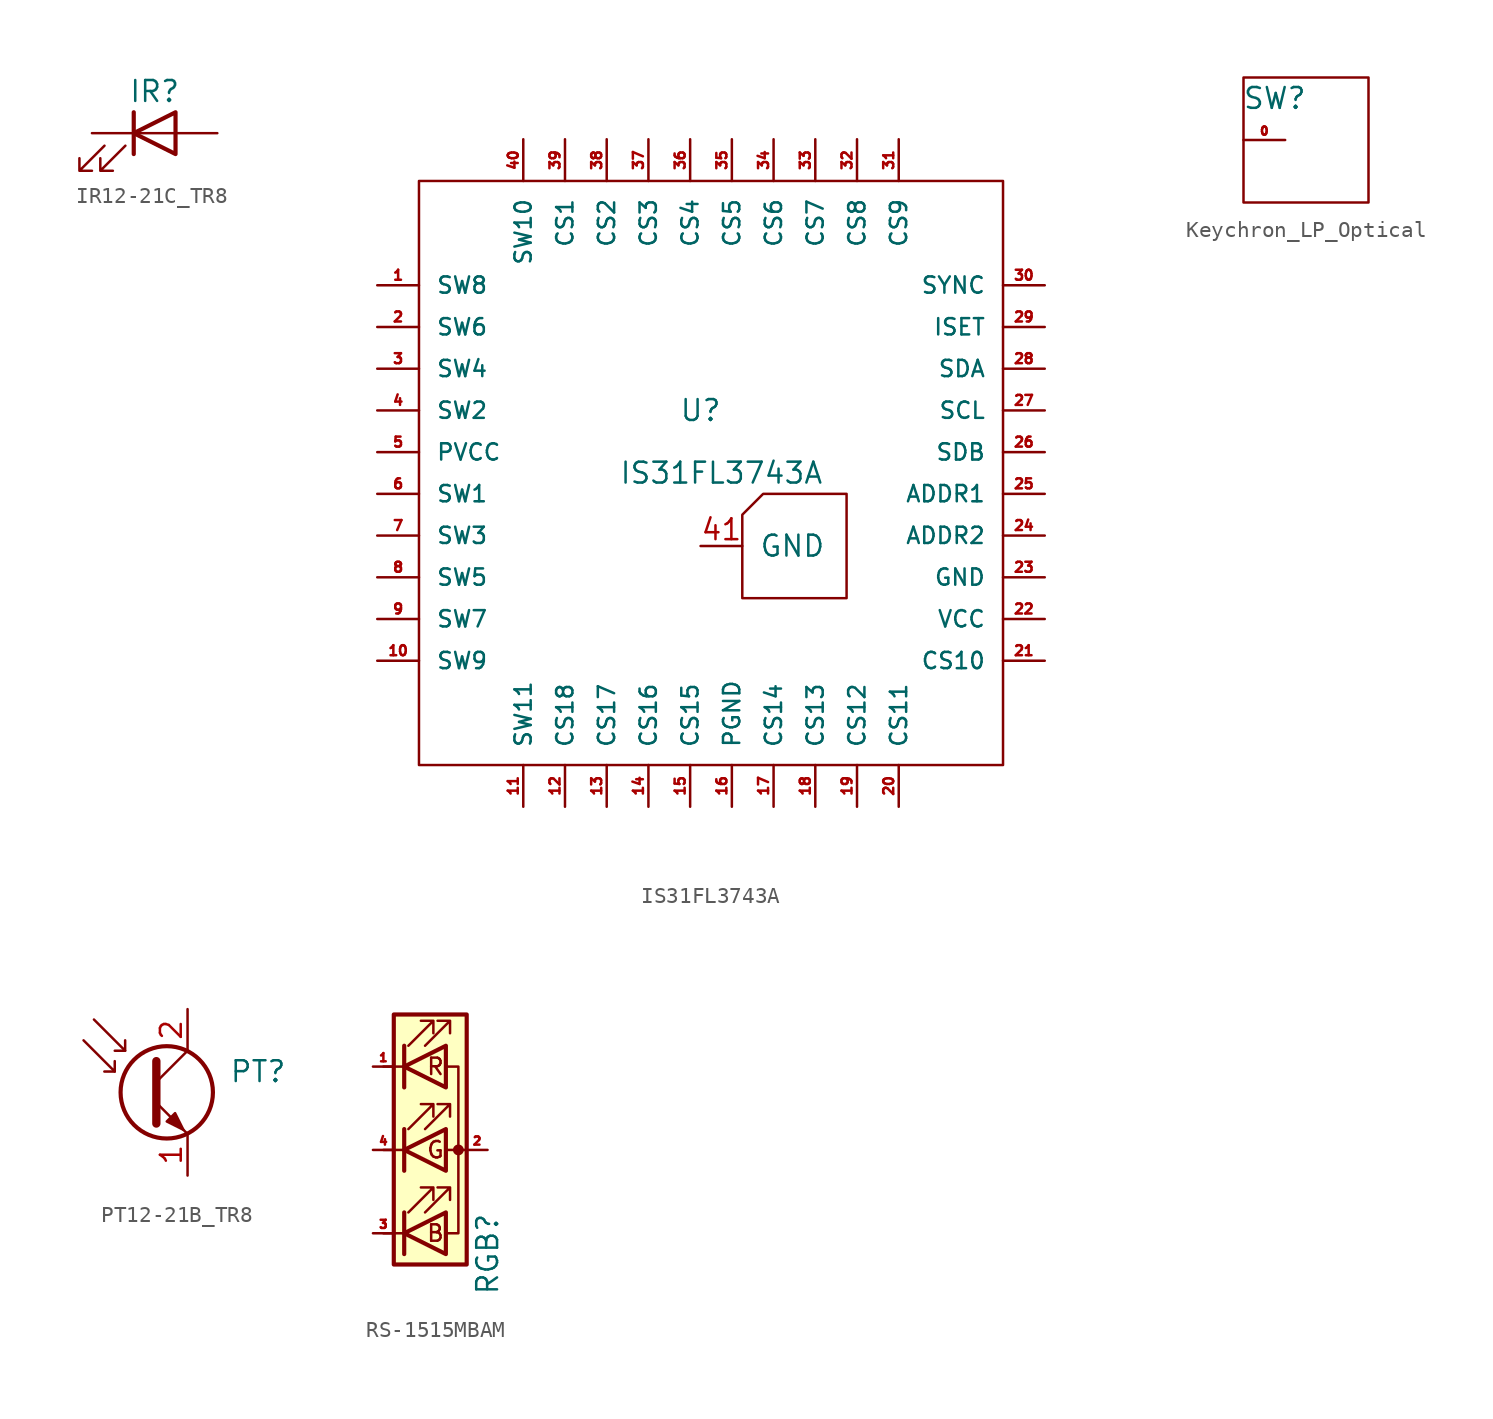
<source format=kicad_sym>
(kicad_symbol_lib
  (version 20211014)
  (generator kicad_symbol_editor)
  (symbol "IR12-21C_TR8"
    (pin_numbers hide)
    (pin_names
      (offset 1.016) hide)
    (property "Reference" "IR"
      (at 0 2.54 0)
      (effects (font (size 1.27 1.27))))
    (symbol "IR12-21C_TR8_0_1"
      (polyline (pts (xy -1.27 -1.27) (xy -1.27 1.27)) (stroke (width 0.254) (type default) (color 0 0 0 0)) (fill (type none)))
      (polyline (pts (xy -1.27 0) (xy 1.27 0)) (stroke (width 0) (type default) (color 0 0 0 0)) (fill (type none)))
      (polyline (pts (xy 1.27 -1.27) (xy 1.27 1.27) (xy -1.27 0) (xy 1.27 -1.27)) (stroke (width 0.254) (type default) (color 0 0 0 0)) (fill (type none)))
      (polyline (pts (xy -3.048 -0.762) (xy -4.572 -2.286) (xy -3.81 -2.286) (xy -4.572 -2.286) (xy -4.572 -1.524)) (stroke (width 0) (type default) (color 0 0 0 0)) (fill (type none)))
      (polyline (pts (xy -1.778 -0.762) (xy -3.302 -2.286) (xy -2.54 -2.286) (xy -3.302 -2.286) (xy -3.302 -1.524)) (stroke (width 0) (type default) (color 0 0 0 0)) (fill (type none))))
    (symbol "IR12-21C_TR8_1_1"
      (pin passive line (at 3.81 0 180) (length 2.54) (name "A" (effects (font (size 1.27 1.27)))) (number "1" (effects (font (size 1.27 1.27)))))
      (pin passive line (at -3.81 0 0) (length 2.54) (name "K" (effects (font (size 1.27 1.27)))) (number "2" (effects (font (size 1.27 1.27)))))))
  (symbol "IS31FL3743A"
    (pin_names
      (offset 1.016))
    (property "Reference" "U"
      (at -0.635 3.81 0)
      (effects (font (size 1.27 1.27))))
    (property "Value" "IS31FL3743A"
      (at 0.635 0 0)
      (effects (font (size 1.27 1.27))))
    (symbol "IS31FL3743A_0_1"
      (rectangle (start -17.78 17.78) (end 17.78 -17.78) (stroke (width 0) (type default) (color 0 0 0 0)) (fill (type none))))
    (symbol "IS31FL3743A_1_1"
      (polyline (pts (xy 3.175 -1.27) (xy 8.255 -1.27) (xy 8.255 -7.62) (xy 1.905 -7.62) (xy 1.905 -2.54) (xy 3.175 -1.27)) (stroke (width 0) (type default) (color 0 0 0 0)) (fill (type none)))
      (pin output line (at -20.32 11.43 0) (length 2.54) (name "SW8" (effects (font (size 0.991 0.991)))) (number "1" (effects (font (size 0.61 0.61)))))
      (pin output line (at -20.32 -11.43 0) (length 2.54) (name "SW9" (effects (font (size 0.991 0.991)))) (number "10" (effects (font (size 0.61 0.61)))))
      (pin output line (at -11.43 -20.32 90) (length 2.54) (name "SW11" (effects (font (size 0.991 0.991)))) (number "11" (effects (font (size 0.61 0.61)))))
      (pin input line (at -8.89 -20.32 90) (length 2.54) (name "CS18" (effects (font (size 0.991 0.991)))) (number "12" (effects (font (size 0.61 0.61)))))
      (pin input line (at -6.35 -20.32 90) (length 2.54) (name "CS17" (effects (font (size 0.991 0.991)))) (number "13" (effects (font (size 0.61 0.61)))))
      (pin input line (at -3.81 -20.32 90) (length 2.54) (name "CS16" (effects (font (size 0.991 0.991)))) (number "14" (effects (font (size 0.61 0.61)))))
      (pin input line (at -1.27 -20.32 90) (length 2.54) (name "CS15" (effects (font (size 0.991 0.991)))) (number "15" (effects (font (size 0.61 0.61)))))
      (pin power_in line (at 1.27 -20.32 90) (length 2.54) (name "PGND" (effects (font (size 0.991 0.991)))) (number "16" (effects (font (size 0.61 0.61)))))
      (pin input line (at 3.81 -20.32 90) (length 2.54) (name "CS14" (effects (font (size 0.991 0.991)))) (number "17" (effects (font (size 0.61 0.61)))))
      (pin input line (at 6.35 -20.32 90) (length 2.54) (name "CS13" (effects (font (size 0.991 0.991)))) (number "18" (effects (font (size 0.61 0.61)))))
      (pin input line (at 8.89 -20.32 90) (length 2.54) (name "CS12" (effects (font (size 0.991 0.991)))) (number "19" (effects (font (size 0.61 0.61)))))
      (pin output line (at -20.32 8.89 0) (length 2.54) (name "SW6" (effects (font (size 0.991 0.991)))) (number "2" (effects (font (size 0.61 0.61)))))
      (pin input line (at 11.43 -20.32 90) (length 2.54) (name "CS11" (effects (font (size 0.991 0.991)))) (number "20" (effects (font (size 0.61 0.61)))))
      (pin input line (at 20.32 -11.43 180) (length 2.54) (name "CS10" (effects (font (size 0.991 0.991)))) (number "21" (effects (font (size 0.61 0.61)))))
      (pin power_in line (at 20.32 -8.89 180) (length 2.54) (name "VCC" (effects (font (size 0.991 0.991)))) (number "22" (effects (font (size 0.61 0.61)))))
      (pin power_in line (at 20.32 -6.35 180) (length 2.54) (name "GND" (effects (font (size 0.991 0.991)))) (number "23" (effects (font (size 0.61 0.61)))))
      (pin input line (at 20.32 -3.81 180) (length 2.54) (name "ADDR2" (effects (font (size 0.991 0.991)))) (number "24" (effects (font (size 0.61 0.61)))))
      (pin input line (at 20.32 -1.27 180) (length 2.54) (name "ADDR1" (effects (font (size 0.991 0.991)))) (number "25" (effects (font (size 0.61 0.61)))))
      (pin input line (at 20.32 1.27 180) (length 2.54) (name "SDB" (effects (font (size 0.991 0.991)))) (number "26" (effects (font (size 0.61 0.61)))))
      (pin bidirectional line (at 20.32 3.81 180) (length 2.54) (name "SCL" (effects (font (size 0.991 0.991)))) (number "27" (effects (font (size 0.61 0.61)))))
      (pin bidirectional line (at 20.32 6.35 180) (length 2.54) (name "SDA" (effects (font (size 0.991 0.991)))) (number "28" (effects (font (size 0.61 0.61)))))
      (pin input line (at 20.32 8.89 180) (length 2.54) (name "ISET" (effects (font (size 0.991 0.991)))) (number "29" (effects (font (size 0.61 0.61)))))
      (pin output line (at -20.32 6.35 0) (length 2.54) (name "SW4" (effects (font (size 0.991 0.991)))) (number "3" (effects (font (size 0.61 0.61)))))
      (pin input line (at 20.32 11.43 180) (length 2.54) (name "SYNC" (effects (font (size 0.991 0.991)))) (number "30" (effects (font (size 0.61 0.61)))))
      (pin input line (at 11.43 20.32 270) (length 2.54) (name "CS9" (effects (font (size 0.991 0.991)))) (number "31" (effects (font (size 0.61 0.61)))))
      (pin input line (at 8.89 20.32 270) (length 2.54) (name "CS8" (effects (font (size 0.991 0.991)))) (number "32" (effects (font (size 0.61 0.61)))))
      (pin input line (at 6.35 20.32 270) (length 2.54) (name "CS7" (effects (font (size 0.991 0.991)))) (number "33" (effects (font (size 0.61 0.61)))))
      (pin input line (at 3.81 20.32 270) (length 2.54) (name "CS6" (effects (font (size 0.991 0.991)))) (number "34" (effects (font (size 0.61 0.61)))))
      (pin input line (at 1.27 20.32 270) (length 2.54) (name "CS5" (effects (font (size 0.991 0.991)))) (number "35" (effects (font (size 0.61 0.61)))))
      (pin input line (at -1.27 20.32 270) (length 2.54) (name "CS4" (effects (font (size 0.991 0.991)))) (number "36" (effects (font (size 0.61 0.61)))))
      (pin input line (at -3.81 20.32 270) (length 2.54) (name "CS3" (effects (font (size 0.991 0.991)))) (number "37" (effects (font (size 0.61 0.61)))))
      (pin input line (at -6.35 20.32 270) (length 2.54) (name "CS2" (effects (font (size 0.991 0.991)))) (number "38" (effects (font (size 0.61 0.61)))))
      (pin input line (at -8.89 20.32 270) (length 2.54) (name "CS1" (effects (font (size 0.991 0.991)))) (number "39" (effects (font (size 0.61 0.61)))))
      (pin output line (at -20.32 3.81 0) (length 2.54) (name "SW2" (effects (font (size 0.991 0.991)))) (number "4" (effects (font (size 0.61 0.61)))))
      (pin output line (at -11.43 20.32 270) (length 2.54) (name "SW10" (effects (font (size 0.991 0.991)))) (number "40" (effects (font (size 0.61 0.61)))))
      (pin power_in line (at -0.635 -4.445 0) (length 2.54) (name "GND" (effects (font (size 1.27 1.27)))) (number "41" (effects (font (size 1.27 1.27)))))
      (pin power_in line (at -20.32 1.27 0) (length 2.54) (name "PVCC" (effects (font (size 0.991 0.991)))) (number "5" (effects (font (size 0.61 0.61)))))
      (pin output line (at -20.32 -1.27 0) (length 2.54) (name "SW1" (effects (font (size 0.991 0.991)))) (number "6" (effects (font (size 0.61 0.61)))))
      (pin output line (at -20.32 -3.81 0) (length 2.54) (name "SW3" (effects (font (size 0.991 0.991)))) (number "7" (effects (font (size 0.61 0.61)))))
      (pin output line (at -20.32 -6.35 0) (length 2.54) (name "SW5" (effects (font (size 0.991 0.991)))) (number "8" (effects (font (size 0.61 0.61)))))
      (pin output line (at -20.32 -8.89 0) (length 2.54) (name "SW7" (effects (font (size 0.991 0.991)))) (number "9" (effects (font (size 0.61 0.61)))))))
  (symbol "Keychron_LP_Optical"
    (pin_names hide)
    (property "Reference" "SW"
      (at -1.905 2.54 0)
      (effects (font (size 1.27 1.27))))
    (symbol "Keychron_LP_Optical_0_1"
      (rectangle (start -3.81 -3.81) (end 3.81 3.81) (stroke (width 0) (type default) (color 0 0 0 0)) (fill (type none))))
    (symbol "Keychron_LP_Optical_1_1"
      (pin passive line (at -1.27 0 180) (length 2.54) (name "Gnd" (effects (font (size 1.27 1.27)))) (number "0" (effects (font (size 0.5 0.5)))))))
  (symbol "PT12-21B_TR8"
    (pin_names
      (offset 0) hide)
    (property "Reference" "PT"
      (at 5.08 1.27 0)
      (effects (font (size 1.27 1.27)) (justify left)))
    (symbol "PT12-21B_TR8_0_1"
      (polyline (pts (xy -1.905 1.27) (xy -2.54 1.27)) (stroke (width 0) (type default) (color 0 0 0 0)) (fill (type none)))
      (polyline (pts (xy -1.27 2.54) (xy -1.905 2.54)) (stroke (width 0) (type default) (color 0 0 0 0)) (fill (type none)))
      (polyline (pts (xy 0.635 0.635) (xy 2.54 2.54)) (stroke (width 0) (type default) (color 0 0 0 0)) (fill (type none)))
      (polyline (pts (xy -3.81 3.175) (xy -1.905 1.27) (xy -1.905 1.905)) (stroke (width 0) (type default) (color 0 0 0 0)) (fill (type none)))
      (polyline (pts (xy -3.175 4.445) (xy -1.27 2.54) (xy -1.27 3.175)) (stroke (width 0) (type default) (color 0 0 0 0)) (fill (type none)))
      (polyline (pts (xy 0.635 -0.635) (xy 2.54 -2.54) (xy 2.54 -2.54)) (stroke (width 0) (type default) (color 0 0 0 0)) (fill (type none)))
      (polyline (pts (xy 0.635 1.905) (xy 0.635 -1.905) (xy 0.635 -1.905)) (stroke (width 0.508) (type default) (color 0 0 0 0)) (fill (type none)))
      (polyline (pts (xy 1.27 -1.778) (xy 1.778 -1.27) (xy 2.286 -2.286) (xy 1.27 -1.778) (xy 1.27 -1.778)) (stroke (width 0) (type default) (color 0 0 0 0)) (fill (type outline)))
      (circle (center 1.27 0) (radius 2.819) (stroke (width 0.254) (type default) (color 0 0 0 0)) (fill (type none))))
    (symbol "PT12-21B_TR8_1_1"
      (pin passive line (at 2.54 -5.08 90) (length 2.54) (name "E" (effects (font (size 1.27 1.27)))) (number "1" (effects (font (size 1.27 1.27)))))
      (pin passive line (at 2.54 5.08 270) (length 2.54) (name "C" (effects (font (size 1.27 1.27)))) (number "2" (effects (font (size 1.27 1.27)))))))
  (symbol "RS-1515MBAM"
    (pin_names
      (offset 0) hide)
    (property "Reference" "RGB"
      (at 3.81 -6.35 90)
      (effects (font (size 1.27 1.27))))
    (symbol "RS-1515MBAM_0_0"
      (text "B" (at 0.635 -5.08 0) (effects (font (size 1 1))))
      (text "G" (at 0.635 0 0) (effects (font (size 1 1))))
      (text "R" (at 0.635 5.08 0) (effects (font (size 1 1)))))
    (symbol "RS-1515MBAM_0_1"
      (rectangle (start -1.905 8.255) (end 2.54 -6.985) (stroke (width 0.254) (type default) (color 0 0 0 0)) (fill (type background)))
      (polyline (pts (xy -1.27 -5.08) (xy -2.54 -5.08)) (stroke (width 0) (type default) (color 0 0 0 0)) (fill (type none)))
      (polyline (pts (xy -1.27 -3.81) (xy -1.27 -6.35)) (stroke (width 0.254) (type default) (color 0 0 0 0)) (fill (type none)))
      (polyline (pts (xy -1.27 0) (xy -2.54 0)) (stroke (width 0) (type default) (color 0 0 0 0)) (fill (type none)))
      (polyline (pts (xy -1.27 1.27) (xy -1.27 -1.27)) (stroke (width 0.254) (type default) (color 0 0 0 0)) (fill (type none)))
      (polyline (pts (xy -1.27 5.08) (xy -2.54 5.08)) (stroke (width 0) (type default) (color 0 0 0 0)) (fill (type none)))
      (polyline (pts (xy -1.27 6.35) (xy -1.27 3.81)) (stroke (width 0.254) (type default) (color 0 0 0 0)) (fill (type none)))
      (polyline (pts (xy 1.27 0) (xy 2.54 0)) (stroke (width 0) (type default) (color 0 0 0 0)) (fill (type none)))
      (polyline (pts (xy -1.27 1.27) (xy -1.27 -1.27) (xy -1.27 -1.27)) (stroke (width 0) (type default) (color 0 0 0 0)) (fill (type none)))
      (polyline (pts (xy -1.27 6.35) (xy -1.27 3.81) (xy -1.27 3.81)) (stroke (width 0) (type default) (color 0 0 0 0)) (fill (type none)))
      (polyline (pts (xy 1.27 -5.08) (xy 2.032 -5.08) (xy 2.032 5.08) (xy 1.27 5.08)) (stroke (width 0) (type default) (color 0 0 0 0)) (fill (type none)))
      (polyline (pts (xy 1.27 -3.81) (xy 1.27 -6.35) (xy -1.27 -5.08) (xy 1.27 -3.81)) (stroke (width 0.254) (type default) (color 0 0 0 0)) (fill (type none)))
      (polyline (pts (xy 1.27 1.27) (xy 1.27 -1.27) (xy -1.27 0) (xy 1.27 1.27)) (stroke (width 0.254) (type default) (color 0 0 0 0)) (fill (type none)))
      (polyline (pts (xy 1.27 6.35) (xy 1.27 3.81) (xy -1.27 5.08) (xy 1.27 6.35)) (stroke (width 0.254) (type default) (color 0 0 0 0)) (fill (type none)))
      (polyline (pts (xy -1.016 -3.81) (xy 0.508 -2.286) (xy -0.254 -2.286) (xy 0.508 -2.286) (xy 0.508 -3.048)) (stroke (width 0) (type default) (color 0 0 0 0)) (fill (type none)))
      (polyline (pts (xy -1.016 1.27) (xy 0.508 2.794) (xy -0.254 2.794) (xy 0.508 2.794) (xy 0.508 2.032)) (stroke (width 0) (type default) (color 0 0 0 0)) (fill (type none)))
      (polyline (pts (xy -1.016 6.35) (xy 0.508 7.874) (xy -0.254 7.874) (xy 0.508 7.874) (xy 0.508 7.112)) (stroke (width 0) (type default) (color 0 0 0 0)) (fill (type none)))
      (polyline (pts (xy 0 -3.81) (xy 1.524 -2.286) (xy 0.762 -2.286) (xy 1.524 -2.286) (xy 1.524 -3.048)) (stroke (width 0) (type default) (color 0 0 0 0)) (fill (type none)))
      (polyline (pts (xy 0 1.27) (xy 1.524 2.794) (xy 0.762 2.794) (xy 1.524 2.794) (xy 1.524 2.032)) (stroke (width 0) (type default) (color 0 0 0 0)) (fill (type none)))
      (polyline (pts (xy 0 6.35) (xy 1.524 7.874) (xy 0.762 7.874) (xy 1.524 7.874) (xy 1.524 7.112)) (stroke (width 0) (type default) (color 0 0 0 0)) (fill (type none)))
      (rectangle (start 1.27 -1.27) (end 1.27 1.27) (stroke (width 0) (type default) (color 0 0 0 0)) (fill (type none)))
      (rectangle (start 1.27 1.27) (end 1.27 1.27) (stroke (width 0) (type default) (color 0 0 0 0)) (fill (type none)))
      (rectangle (start 1.27 3.81) (end 1.27 6.35) (stroke (width 0) (type default) (color 0 0 0 0)) (fill (type none)))
      (rectangle (start 1.27 6.35) (end 1.27 6.35) (stroke (width 0) (type default) (color 0 0 0 0)) (fill (type none)))
      (circle (center 2.032 0) (radius 0.254) (stroke (width 0) (type default) (color 0 0 0 0)) (fill (type outline))))
    (symbol "RS-1515MBAM_1_1"
      (pin passive line (at -3.175 5.08 0) (length 1.27) (name "RK" (effects (font (size 1.27 1.27)))) (number "1" (effects (font (size 0.5 0.5)))))
      (pin passive line (at 3.81 0 180) (length 1.27) (name "A" (effects (font (size 1.27 1.27)))) (number "2" (effects (font (size 0.5 0.5)))))
      (pin passive line (at -3.175 -5.08 0) (length 1.27) (name "BK" (effects (font (size 1.27 1.27)))) (number "3" (effects (font (size 0.5 0.5)))))
      (pin passive line (at -3.175 0 0) (length 1.27) (name "GK" (effects (font (size 1.27 1.27)))) (number "4" (effects (font (size 0.5 0.5))))))))
</source>
